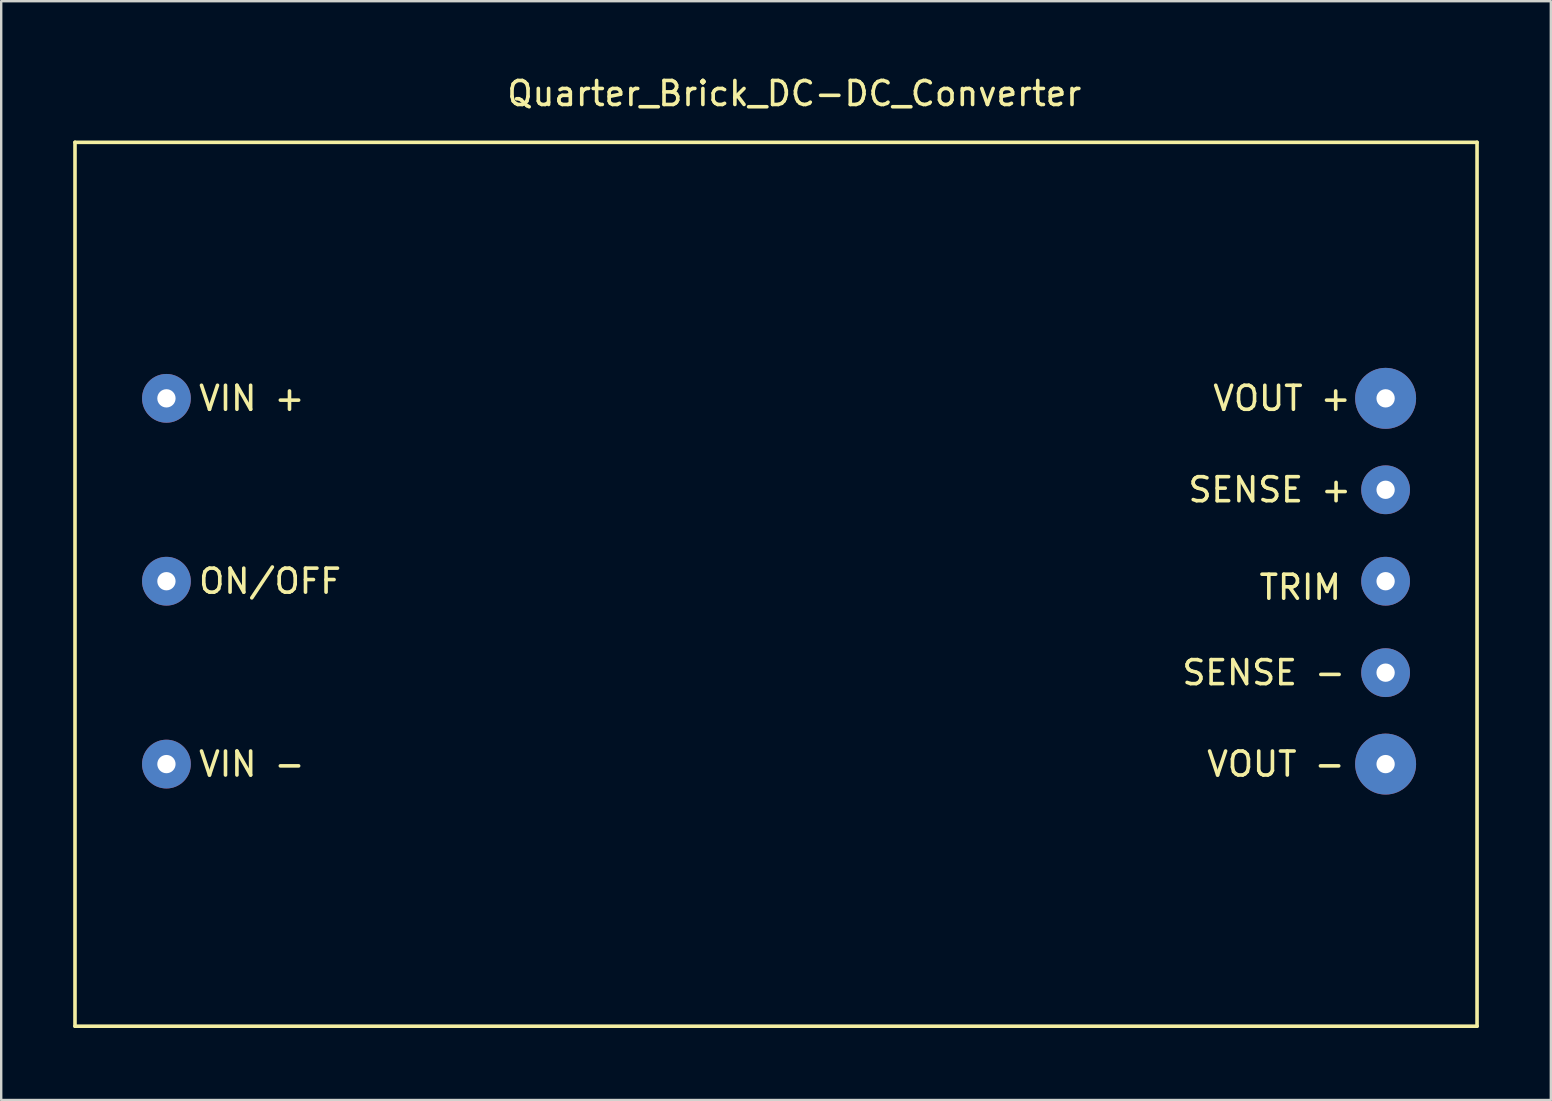
<source format=kicad_pcb>
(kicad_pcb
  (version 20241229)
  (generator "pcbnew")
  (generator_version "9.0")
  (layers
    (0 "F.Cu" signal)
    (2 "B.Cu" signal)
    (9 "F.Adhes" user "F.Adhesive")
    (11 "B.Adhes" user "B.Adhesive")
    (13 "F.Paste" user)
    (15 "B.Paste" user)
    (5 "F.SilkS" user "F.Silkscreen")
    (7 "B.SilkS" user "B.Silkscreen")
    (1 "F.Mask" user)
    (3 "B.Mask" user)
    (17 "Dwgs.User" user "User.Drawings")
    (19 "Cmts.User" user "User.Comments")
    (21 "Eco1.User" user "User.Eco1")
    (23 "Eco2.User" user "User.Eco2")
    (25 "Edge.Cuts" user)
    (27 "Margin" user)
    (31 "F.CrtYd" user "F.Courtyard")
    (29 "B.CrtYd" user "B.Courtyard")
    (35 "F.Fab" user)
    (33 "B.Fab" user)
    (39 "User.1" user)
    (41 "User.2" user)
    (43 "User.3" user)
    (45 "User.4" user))
  (footprint "Quarter_Brick_DC-DC_Converter"
    (layer "F.Cu")
    (at 54.685 13.548)
    (property "Reference" "Quarter_Brick_DC-DC_Converter" (at -24.638 -12.7 0) (layer "F.SilkS") (effects (font (size 1 1) (thickness 0.15))))
    (attr through_hole)
    (fp_line (start -54.61 -10.668) (end -54.61 26.162) (stroke (width 0.15) (type solid)) (layer "F.SilkS"))
    (fp_line (start -54.61 -10.668) (end 3.81 -10.668) (stroke (width 0.15) (type solid)) (layer "F.SilkS"))
    (fp_line (start -54.61 26.162) (end 3.81 26.162) (stroke (width 0.15) (type solid)) (layer "F.SilkS"))
    (fp_line (start 3.81 -10.668) (end 3.81 26.162) (stroke (width 0.15) (type solid)) (layer "F.SilkS"))
    (fp_text user "SENSE +" (at -4.826 3.81 0) (layer "F.SilkS") (effects (font (size 1 1) (thickness 0.15))))
    (fp_text user "SENSE -" (at -5.08 11.43 0) (layer "F.SilkS") (effects (font (size 1 1) (thickness 0.15))))
    (fp_text user "VIN +" (at -47.244 0 0) (layer "F.SilkS") (effects (font (size 1 1) (thickness 0.15))))
    (fp_text user "VOUT +" (at -4.318 0 0) (layer "F.SilkS") (effects (font (size 1 1) (thickness 0.15))))
    (fp_text user "VOUT -" (at -4.572 15.24 0) (layer "F.SilkS") (effects (font (size 1 1) (thickness 0.15))))
    (fp_text user "ON/OFF" (at -46.482 7.62 0) (layer "F.SilkS") (effects (font (size 1 1) (thickness 0.15))))
    (fp_text user "TRIM" (at -3.556 7.874 0) (layer "F.SilkS") (effects (font (size 1 1) (thickness 0.15))))
    (fp_text user "VIN -" (at -47.244 15.24 0) (layer "F.SilkS") (effects (font (size 1 1) (thickness 0.15))))
    (pad "1" thru_hole circle (at -50.8 0) (size 2.032 2.032) (drill 0.762) (layers "*.Cu" "*.Mask"))
    (pad "2" thru_hole circle (at -50.8 7.62) (size 2.032 2.032) (drill 0.762) (layers "*.Cu" "*.Mask"))
    (pad "3" thru_hole circle (at -50.8 15.24) (size 2.032 2.032) (drill 0.762) (layers "*.Cu" "*.Mask"))
    (pad "4" thru_hole circle (at 0 15.24) (size 2.54 2.54) (drill 0.762) (layers "*.Cu" "*.Mask"))
    (pad "5" thru_hole circle (at 0 11.43) (size 2.032 2.032) (drill 0.762) (layers "*.Cu" "*.Mask"))
    (pad "6" thru_hole circle (at 0 7.62) (size 2.032 2.032) (drill 0.762) (layers "*.Cu" "*.Mask"))
    (pad "7" thru_hole circle (at 0 3.81) (size 2.032 2.032) (drill 0.762) (layers "*.Cu" "*.Mask"))
    (pad "8" thru_hole circle (at 0 0) (size 2.54 2.54) (drill 0.762) (layers "*.Cu" "*.Mask")))
  (gr_rect
    (start -3 -3)
    (end 61.57 42.785)
    (stroke (width 0.1) (type default))
    (fill no)
    (layer "Edge.Cuts")))
</source>
